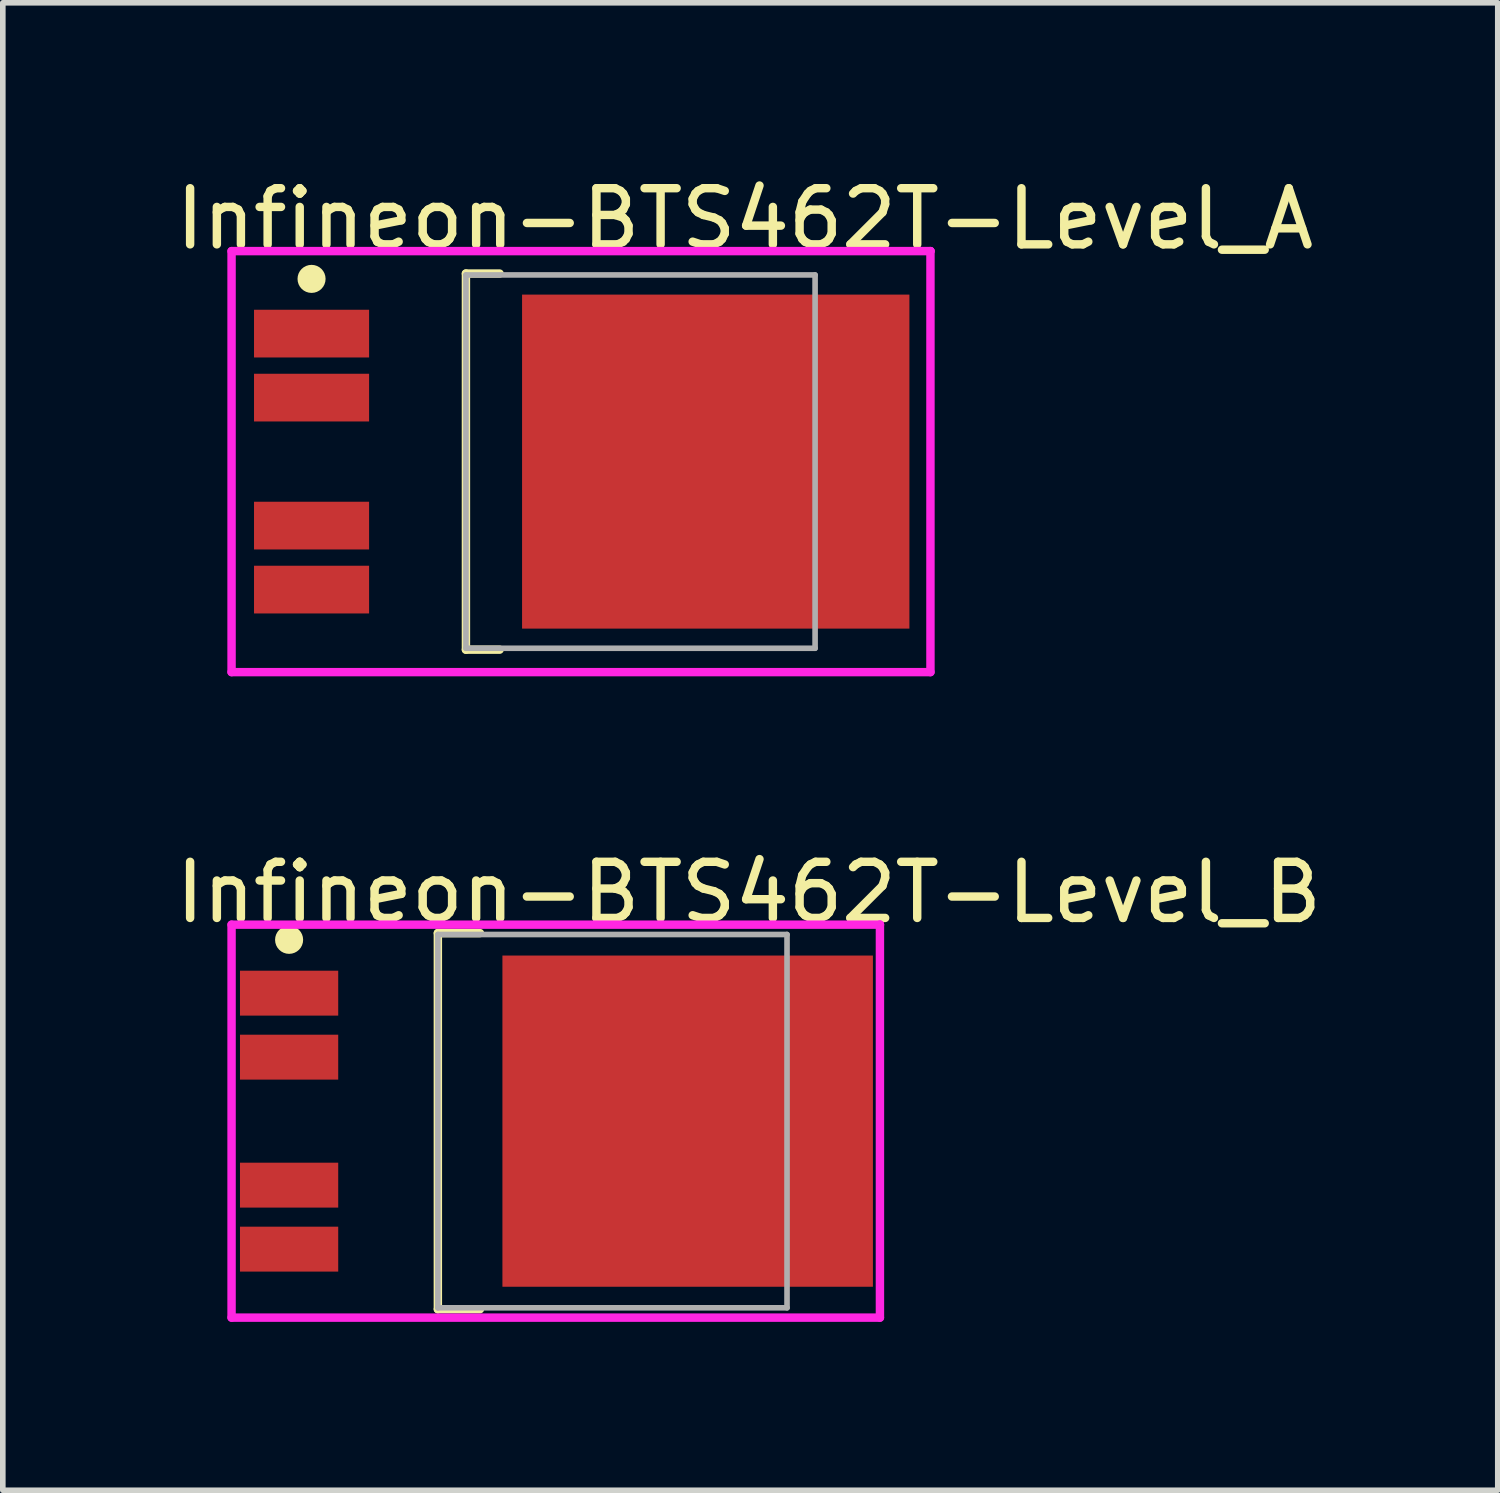
<source format=kicad_pcb>
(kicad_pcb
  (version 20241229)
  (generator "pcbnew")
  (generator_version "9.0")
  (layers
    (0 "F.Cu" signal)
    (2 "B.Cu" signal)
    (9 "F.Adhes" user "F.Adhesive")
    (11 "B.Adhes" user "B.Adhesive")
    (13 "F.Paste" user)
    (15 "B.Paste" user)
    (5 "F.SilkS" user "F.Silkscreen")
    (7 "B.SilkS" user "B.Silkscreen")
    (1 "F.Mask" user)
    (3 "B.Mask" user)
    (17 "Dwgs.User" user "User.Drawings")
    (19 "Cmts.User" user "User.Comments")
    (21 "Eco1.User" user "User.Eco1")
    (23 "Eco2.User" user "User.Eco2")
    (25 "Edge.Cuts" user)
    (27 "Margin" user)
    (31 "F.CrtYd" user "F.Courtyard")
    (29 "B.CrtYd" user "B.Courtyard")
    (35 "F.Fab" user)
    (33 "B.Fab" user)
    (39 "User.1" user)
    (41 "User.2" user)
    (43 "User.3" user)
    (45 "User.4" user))
  (footprint "Infineon-BTS462T-Level_B"
    (layer "F.Cu")
    (at 6.85 16.922)
    (property "Reference" "Infineon-BTS462T-Level_B" (at -6.85 -4.075 0) (layer "F.SilkS") (effects (font (size 1 1) (thickness 0.15)) (justify left)))
    (attr through_hole)
    (fp_line (start -2.1 -3.35) (end -1.35 -3.35) (stroke (width 0.15) (type solid)) (layer "F.SilkS"))
    (fp_line (start -2.1 3.35) (end -2.1 -3.35) (stroke (width 0.15) (type solid)) (layer "F.SilkS"))
    (fp_line (start -2.1 3.35) (end -1.35 3.35) (stroke (width 0.15) (type solid)) (layer "F.SilkS"))
    (fp_circle (center -4.75 -3.23) (end -4.625 -3.23) (stroke (width 0.25) (type solid)) (fill no) (layer "F.SilkS"))
    (fp_line (start -5.775 -3.5) (end -5.775 3.5) (stroke (width 0.15) (type solid)) (layer "F.CrtYd"))
    (fp_line (start -5.775 3.5) (end 5.775 3.5) (stroke (width 0.15) (type solid)) (layer "F.CrtYd"))
    (fp_line (start 5.775 -3.5) (end -5.775 -3.5) (stroke (width 0.15) (type solid)) (layer "F.CrtYd"))
    (fp_line (start 5.775 -3.5) (end 5.775 -3.5) (stroke (width 0.15) (type solid)) (layer "F.CrtYd"))
    (fp_line (start 5.775 3.5) (end 5.775 -3.5) (stroke (width 0.15) (type solid)) (layer "F.CrtYd"))
    (fp_line (start -2.1 -3.325) (end 4.12 -3.325) (stroke (width 0.1) (type solid)) (layer "F.Fab"))
    (fp_line (start -2.1 3.325) (end -2.1 -3.325) (stroke (width 0.1) (type solid)) (layer "F.Fab"))
    (fp_line (start -2.1 3.325) (end 4.12 3.325) (stroke (width 0.1) (type solid)) (layer "F.Fab"))
    (fp_line (start 4.12 3.325) (end 4.12 -3.325) (stroke (width 0.1) (type solid)) (layer "F.Fab"))
    (pad "1" smd rect (at -4.75 -2.28 270) (size 0.8 1.75) (layers "F.Cu" "F.Mask" "F.Paste"))
    (pad "2" smd rect (at -4.75 -1.14 270) (size 0.8 1.75) (layers "F.Cu" "F.Mask" "F.Paste"))
    (pad "3" smd rect (at 2.35 -0.000001 270) (size 5.9 6.6) (layers "F.Cu" "F.Mask" "F.Paste"))
    (pad "4" smd rect (at -4.75 1.14 270) (size 0.8 1.75) (layers "F.Cu" "F.Mask" "F.Paste"))
    (pad "5" smd rect (at -4.75 2.28 270) (size 0.8 1.75) (layers "F.Cu" "F.Mask" "F.Paste")))
  (footprint "Infineon-BTS462T-Level_A"
    (layer "F.Cu")
    (at 7.3 5.173)
    (property "Reference" "Infineon-BTS462T-Level_A" (at -7.3 -4.325 0) (layer "F.SilkS") (effects (font (size 1 1) (thickness 0.15)) (justify left)))
    (attr through_hole)
    (fp_line (start -2.05 -3.35) (end -1.45 -3.35) (stroke (width 0.15) (type solid)) (layer "F.SilkS"))
    (fp_line (start -2.05 3.35) (end -2.05 -3.35) (stroke (width 0.15) (type solid)) (layer "F.SilkS"))
    (fp_line (start -2.05 3.35) (end -1.45 3.35) (stroke (width 0.15) (type solid)) (layer "F.SilkS"))
    (fp_circle (center -4.8 -3.255) (end -4.675 -3.255) (stroke (width 0.25) (type solid)) (fill no) (layer "F.SilkS"))
    (fp_line (start -6.225 -3.75) (end -6.225 3.75) (stroke (width 0.15) (type solid)) (layer "F.CrtYd"))
    (fp_line (start -6.225 3.75) (end 6.225 3.75) (stroke (width 0.15) (type solid)) (layer "F.CrtYd"))
    (fp_line (start 6.225 -3.75) (end -6.225 -3.75) (stroke (width 0.15) (type solid)) (layer "F.CrtYd"))
    (fp_line (start 6.225 -3.75) (end 6.225 -3.75) (stroke (width 0.15) (type solid)) (layer "F.CrtYd"))
    (fp_line (start 6.225 3.75) (end 6.225 -3.75) (stroke (width 0.15) (type solid)) (layer "F.CrtYd"))
    (fp_line (start -2.05 -3.325) (end 4.17 -3.325) (stroke (width 0.1) (type solid)) (layer "F.Fab"))
    (fp_line (start -2.05 3.325) (end -2.05 -3.325) (stroke (width 0.1) (type solid)) (layer "F.Fab"))
    (fp_line (start -2.05 3.325) (end 4.17 3.325) (stroke (width 0.1) (type solid)) (layer "F.Fab"))
    (fp_line (start 4.17 3.325) (end 4.17 -3.325) (stroke (width 0.1) (type solid)) (layer "F.Fab"))
    (pad "1" smd rect (at -4.8 -2.28 270) (size 0.85 2.05) (layers "F.Cu" "F.Mask" "F.Paste"))
    (pad "2" smd rect (at -4.8 -1.14 270) (size 0.85 2.05) (layers "F.Cu" "F.Mask" "F.Paste"))
    (pad "3" smd rect (at 2.4 -0.000001 270) (size 5.95 6.9) (layers "F.Cu" "F.Mask" "F.Paste"))
    (pad "4" smd rect (at -4.8 1.14 270) (size 0.85 2.05) (layers "F.Cu" "F.Mask" "F.Paste"))
    (pad "5" smd rect (at -4.8 2.28 270) (size 0.85 2.05) (layers "F.Cu" "F.Mask" "F.Paste")))
  (gr_rect
    (start -3 -3)
    (end 23.631 23.497)
    (stroke (width 0.1) (type default))
    (fill no)
    (layer "Edge.Cuts")))
</source>
